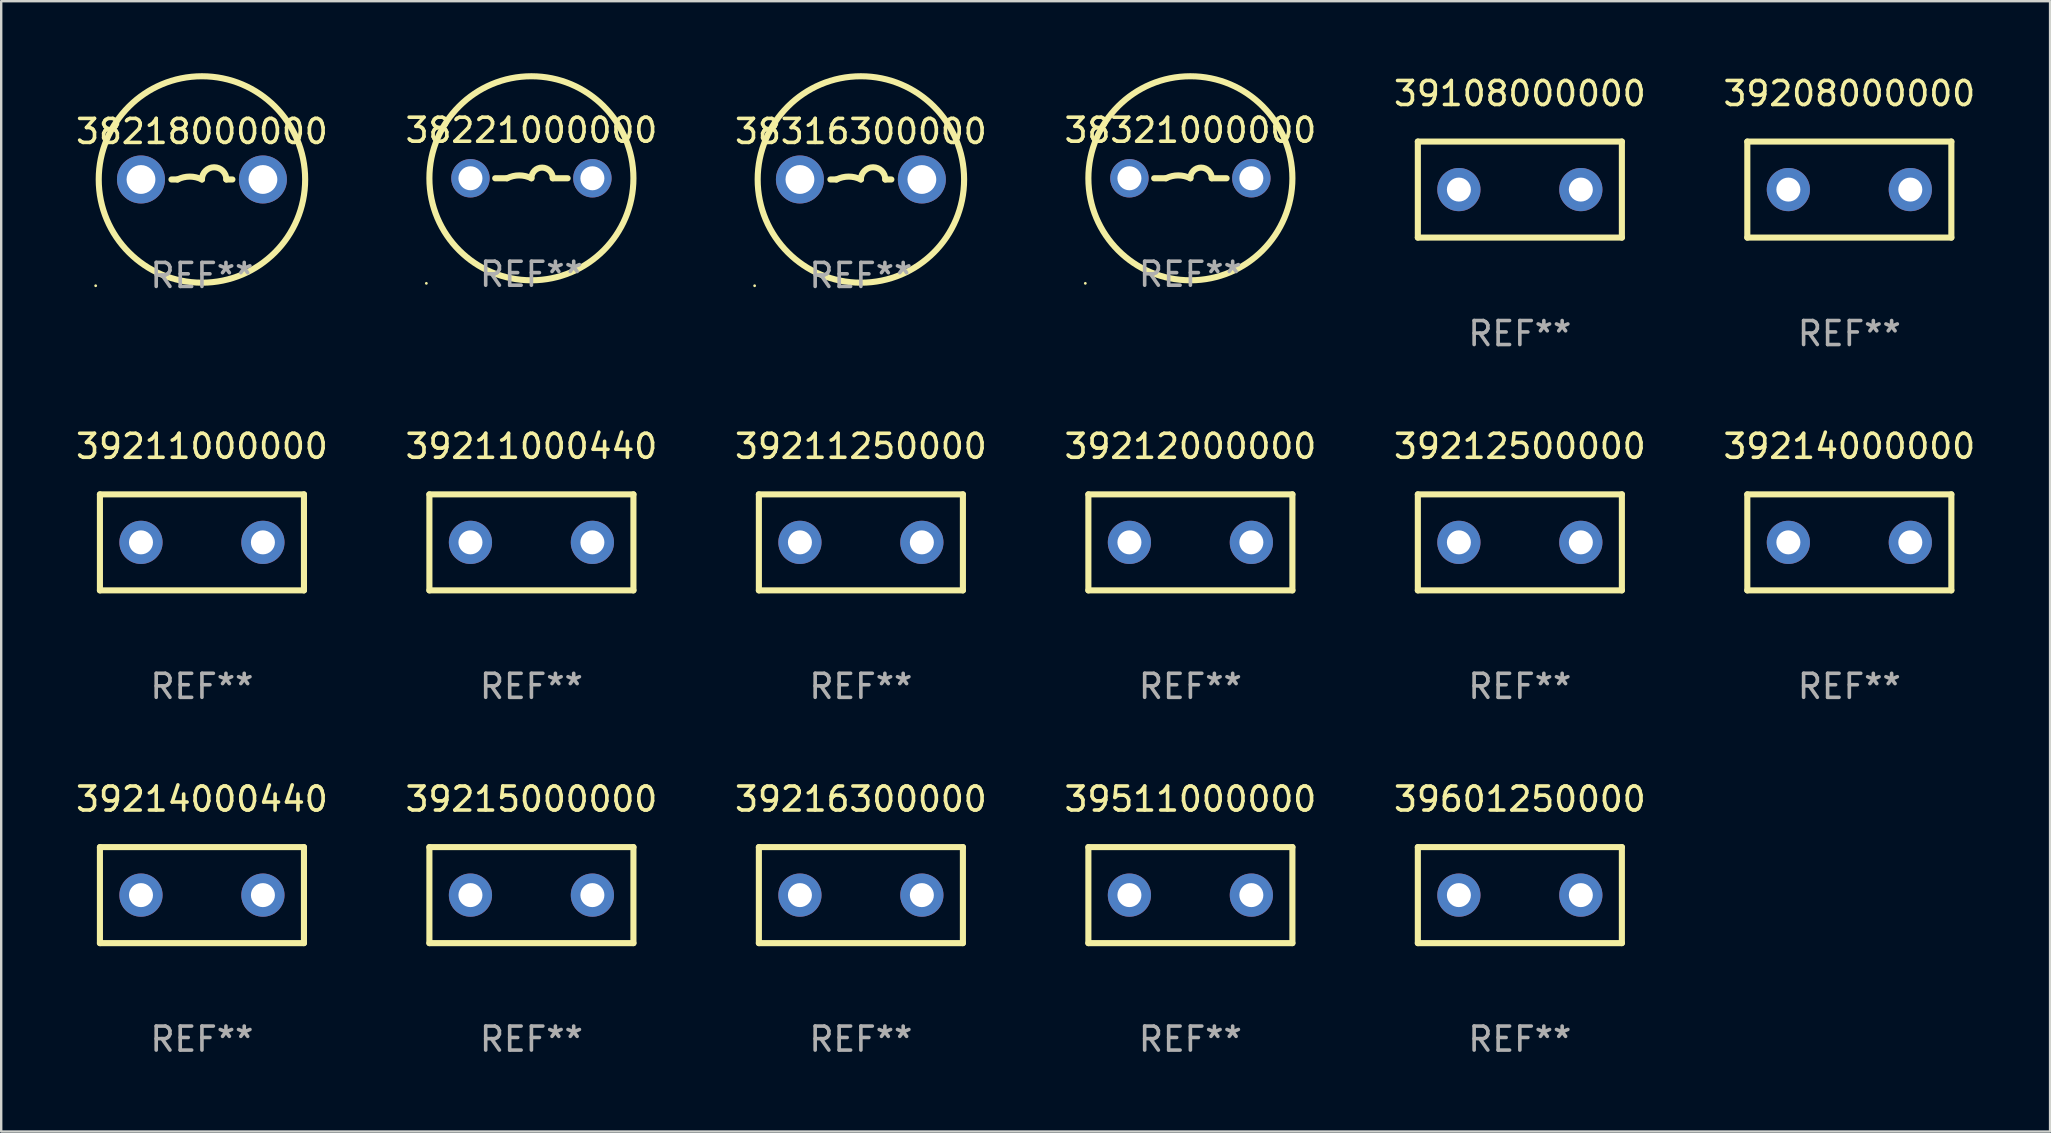
<source format=kicad_pcb>
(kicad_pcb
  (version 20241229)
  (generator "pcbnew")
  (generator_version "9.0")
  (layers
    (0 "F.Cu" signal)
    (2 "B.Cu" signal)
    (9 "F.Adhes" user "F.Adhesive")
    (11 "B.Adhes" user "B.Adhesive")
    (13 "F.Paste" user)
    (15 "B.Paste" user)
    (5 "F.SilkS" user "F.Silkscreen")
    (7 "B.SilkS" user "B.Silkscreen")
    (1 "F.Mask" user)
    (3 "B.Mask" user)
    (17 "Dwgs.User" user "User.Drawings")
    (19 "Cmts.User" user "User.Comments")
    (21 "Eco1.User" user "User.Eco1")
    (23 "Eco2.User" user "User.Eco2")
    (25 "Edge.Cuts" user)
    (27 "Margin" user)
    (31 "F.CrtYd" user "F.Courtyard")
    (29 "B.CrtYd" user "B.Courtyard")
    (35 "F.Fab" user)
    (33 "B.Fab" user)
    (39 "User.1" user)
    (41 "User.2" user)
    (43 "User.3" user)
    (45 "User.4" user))
  (footprint "39212500000"
    (layer "F.Cu")
    (at 60.268 19.545)
    (property "Reference" "39212500000" (at 0 -4 0) (layer "F.SilkS") (effects (font (size 1 1) (thickness 0.15))))
    (attr through_hole)
    (fp_line (start -4.25 2) (end -4.25 -2) (stroke (width 0.254) (type solid)) (layer "F.SilkS"))
    (fp_line (start -4.25 -2) (end 4.25 -2) (stroke (width 0.254) (type solid)) (layer "F.SilkS"))
    (fp_line (start 4.25 2) (end -4.25 2) (stroke (width 0.254) (type solid)) (layer "F.SilkS"))
    (fp_line (start 4.25 -2) (end 4.25 2) (stroke (width 0.254) (type solid)) (layer "F.SilkS"))
    (fp_circle (center -4.25 2) (end -4.22 2) (stroke (width 0.06) (type solid)) (fill no) (layer "F.SilkS"))
    (fp_text user "REF**" (at 0 6 0) (layer "F.Fab") (effects (font (size 1 1) (thickness 0.15))))
    (pad "1" thru_hole circle (at -2.54 0) (size 1.8 1.8) (drill 1) (layers "*.Cu" "*.Mask"))
    (pad "2" thru_hole circle (at 2.54 0) (size 1.8 1.8) (drill 1) (layers "*.Cu" "*.Mask")))
  (footprint "38218000000"
    (layer "F.Cu")
    (at 5.363 4.427)
    (property "Reference" "38218000000" (at 0 -2 0) (layer "F.SilkS") (effects (font (size 1 1) (thickness 0.15))))
    (attr through_hole)
    (fp_line (start -1.016 0) (end -1.27 0) (stroke (width 0.254) (type solid)) (layer "F.SilkS"))
    (fp_line (start 1.016 0) (end 1.27 0) (stroke (width 0.254) (type solid)) (layer "F.SilkS"))
    (fp_arc (start -1.016002 0) (mid -0.508001 -0.119923) (end 0 0) (stroke (width 0.254001) (type solid)) (layer "F.SilkS"))
    (fp_arc (start 0 0) (mid 0.508001 -0.508001) (end 1.016002 0) (stroke (width 0.254001) (type solid)) (layer "F.SilkS"))
    (fp_circle (center -4.427 4.427) (end -4.397 4.427) (stroke (width 0.06) (type solid)) (fill no) (layer "F.SilkS"))
    (fp_circle (center 0 0) (end 4.3 0) (stroke (width 0.254) (type solid)) (fill no) (layer "F.SilkS"))
    (fp_text user "REF**" (at 0 4 0) (layer "F.Fab") (effects (font (size 1 1) (thickness 0.15))))
    (pad "1" thru_hole circle (at -2.54 0) (size 2 2) (drill 1.2) (layers "*.Cu" "*.Mask"))
    (pad "2" thru_hole circle (at 2.54 0) (size 2 2) (drill 1.2) (layers "*.Cu" "*.Mask")))
  (footprint "39511000000"
    (layer "F.Cu")
    (at 46.542 34.241)
    (property "Reference" "39511000000" (at 0 -4 0) (layer "F.SilkS") (effects (font (size 1 1) (thickness 0.15))))
    (attr through_hole)
    (fp_line (start -4.25 2) (end -4.25 -2) (stroke (width 0.254) (type solid)) (layer "F.SilkS"))
    (fp_line (start -4.25 -2) (end 4.25 -2) (stroke (width 0.254) (type solid)) (layer "F.SilkS"))
    (fp_line (start 4.25 2) (end -4.25 2) (stroke (width 0.254) (type solid)) (layer "F.SilkS"))
    (fp_line (start 4.25 -2) (end 4.25 2) (stroke (width 0.254) (type solid)) (layer "F.SilkS"))
    (fp_circle (center -4.25 2) (end -4.22 2) (stroke (width 0.06) (type solid)) (fill no) (layer "F.SilkS"))
    (fp_text user "REF**" (at 0 6 0) (layer "F.Fab") (effects (font (size 1 1) (thickness 0.15))))
    (pad "1" thru_hole circle (at -2.54 0) (size 1.8 1.8) (drill 1) (layers "*.Cu" "*.Mask"))
    (pad "2" thru_hole circle (at 2.54 0) (size 1.8 1.8) (drill 1) (layers "*.Cu" "*.Mask")))
  (footprint "39208000000"
    (layer "F.Cu")
    (at 73.994 4.848)
    (property "Reference" "39208000000" (at 0 -4 0) (layer "F.SilkS") (effects (font (size 1 1) (thickness 0.15))))
    (attr through_hole)
    (fp_line (start -4.25 2) (end -4.25 -2) (stroke (width 0.254) (type solid)) (layer "F.SilkS"))
    (fp_line (start -4.25 -2) (end 4.25 -2) (stroke (width 0.254) (type solid)) (layer "F.SilkS"))
    (fp_line (start 4.25 2) (end -4.25 2) (stroke (width 0.254) (type solid)) (layer "F.SilkS"))
    (fp_line (start 4.25 -2) (end 4.25 2) (stroke (width 0.254) (type solid)) (layer "F.SilkS"))
    (fp_circle (center -4.25 2) (end -4.22 2) (stroke (width 0.06) (type solid)) (fill no) (layer "F.SilkS"))
    (fp_text user "REF**" (at 0 6 0) (layer "F.Fab") (effects (font (size 1 1) (thickness 0.15))))
    (pad "1" thru_hole circle (at -2.54 0) (size 1.8 1.8) (drill 1) (layers "*.Cu" "*.Mask"))
    (pad "2" thru_hole circle (at 2.54 0) (size 1.8 1.8) (drill 1) (layers "*.Cu" "*.Mask")))
  (footprint "38221000000"
    (layer "F.Cu")
    (at 19.089 4.377)
    (property "Reference" "38221000000" (at 0 -2 0) (layer "F.SilkS") (effects (font (size 1 1) (thickness 0.15))))
    (attr through_hole)
    (fp_line (start -1.509 0) (end -1.016 0) (stroke (width 0.254) (type solid)) (layer "F.SilkS"))
    (fp_line (start 1.509 0) (end 0.889 0) (stroke (width 0.254) (type solid)) (layer "F.SilkS"))
    (fp_arc (start -1.016002 0) (mid -0.508001 -0.119923) (end 0 0) (stroke (width 0.254001) (type solid)) (layer "F.SilkS"))
    (fp_arc (start 0 0) (mid 0.444501 -0.444501) (end 0.889002 0) (stroke (width 0.254001) (type solid)) (layer "F.SilkS"))
    (fp_circle (center -4.377 4.377) (end -4.347 4.377) (stroke (width 0.06) (type solid)) (fill no) (layer "F.SilkS"))
    (fp_circle (center 0 0) (end 4.25 0) (stroke (width 0.254) (type solid)) (fill no) (layer "F.SilkS"))
    (fp_text user "REF**" (at 0 4 0) (layer "F.Fab") (effects (font (size 1 1) (thickness 0.15))))
    (pad "1" thru_hole circle (at -2.54 0) (size 1.6 1.6) (drill 1) (layers "*.Cu" "*.Mask"))
    (pad "2" thru_hole circle (at 2.54 0) (size 1.6 1.6) (drill 1) (layers "*.Cu" "*.Mask")))
  (footprint "39215000000"
    (layer "F.Cu")
    (at 19.089 34.241)
    (property "Reference" "39215000000" (at 0 -4 0) (layer "F.SilkS") (effects (font (size 1 1) (thickness 0.15))))
    (attr through_hole)
    (fp_line (start -4.25 2) (end -4.25 -2) (stroke (width 0.254) (type solid)) (layer "F.SilkS"))
    (fp_line (start -4.25 -2) (end 4.25 -2) (stroke (width 0.254) (type solid)) (layer "F.SilkS"))
    (fp_line (start 4.25 2) (end -4.25 2) (stroke (width 0.254) (type solid)) (layer "F.SilkS"))
    (fp_line (start 4.25 -2) (end 4.25 2) (stroke (width 0.254) (type solid)) (layer "F.SilkS"))
    (fp_circle (center -4.25 2) (end -4.22 2) (stroke (width 0.06) (type solid)) (fill no) (layer "F.SilkS"))
    (fp_text user "REF**" (at 0 6 0) (layer "F.Fab") (effects (font (size 1 1) (thickness 0.15))))
    (pad "1" thru_hole circle (at -2.54 0) (size 1.8 1.8) (drill 1) (layers "*.Cu" "*.Mask"))
    (pad "2" thru_hole circle (at 2.54 0) (size 1.8 1.8) (drill 1) (layers "*.Cu" "*.Mask")))
  (footprint "38316300000"
    (layer "F.Cu")
    (at 32.815 4.427)
    (property "Reference" "38316300000" (at 0 -2 0) (layer "F.SilkS") (effects (font (size 1 1) (thickness 0.15))))
    (attr through_hole)
    (fp_line (start -1.016 0) (end -1.27 0) (stroke (width 0.254) (type solid)) (layer "F.SilkS"))
    (fp_line (start 1.016 0) (end 1.27 0) (stroke (width 0.254) (type solid)) (layer "F.SilkS"))
    (fp_arc (start -1.016002 0) (mid -0.508001 -0.119923) (end 0 0) (stroke (width 0.254001) (type solid)) (layer "F.SilkS"))
    (fp_arc (start 0 0) (mid 0.508001 -0.508001) (end 1.016002 0) (stroke (width 0.254001) (type solid)) (layer "F.SilkS"))
    (fp_circle (center -4.427 4.427) (end -4.397 4.427) (stroke (width 0.06) (type solid)) (fill no) (layer "F.SilkS"))
    (fp_circle (center 0 0) (end 4.3 0) (stroke (width 0.254) (type solid)) (fill no) (layer "F.SilkS"))
    (fp_text user "REF**" (at 0 4 0) (layer "F.Fab") (effects (font (size 1 1) (thickness 0.15))))
    (pad "1" thru_hole circle (at -2.54 0) (size 2 2) (drill 1.2) (layers "*.Cu" "*.Mask"))
    (pad "2" thru_hole circle (at 2.54 0) (size 2 2) (drill 1.2) (layers "*.Cu" "*.Mask")))
  (footprint "39108000000"
    (layer "F.Cu")
    (at 60.268 4.848)
    (property "Reference" "39108000000" (at 0 -4 0) (layer "F.SilkS") (effects (font (size 1 1) (thickness 0.15))))
    (attr through_hole)
    (fp_line (start -4.25 2) (end -4.25 -2) (stroke (width 0.254) (type solid)) (layer "F.SilkS"))
    (fp_line (start -4.25 -2) (end 4.25 -2) (stroke (width 0.254) (type solid)) (layer "F.SilkS"))
    (fp_line (start 4.25 2) (end -4.25 2) (stroke (width 0.254) (type solid)) (layer "F.SilkS"))
    (fp_line (start 4.25 -2) (end 4.25 2) (stroke (width 0.254) (type solid)) (layer "F.SilkS"))
    (fp_circle (center -4.25 2) (end -4.22 2) (stroke (width 0.06) (type solid)) (fill no) (layer "F.SilkS"))
    (fp_text user "REF**" (at 0 6 0) (layer "F.Fab") (effects (font (size 1 1) (thickness 0.15))))
    (pad "1" thru_hole circle (at -2.54 0) (size 1.8 1.8) (drill 1) (layers "*.Cu" "*.Mask"))
    (pad "2" thru_hole circle (at 2.54 0) (size 1.8 1.8) (drill 1) (layers "*.Cu" "*.Mask")))
  (footprint "39211250000"
    (layer "F.Cu")
    (at 32.815 19.545)
    (property "Reference" "39211250000" (at 0 -4 0) (layer "F.SilkS") (effects (font (size 1 1) (thickness 0.15))))
    (attr through_hole)
    (fp_line (start -4.25 2) (end -4.25 -2) (stroke (width 0.254) (type solid)) (layer "F.SilkS"))
    (fp_line (start -4.25 -2) (end 4.25 -2) (stroke (width 0.254) (type solid)) (layer "F.SilkS"))
    (fp_line (start 4.25 2) (end -4.25 2) (stroke (width 0.254) (type solid)) (layer "F.SilkS"))
    (fp_line (start 4.25 -2) (end 4.25 2) (stroke (width 0.254) (type solid)) (layer "F.SilkS"))
    (fp_circle (center -4.25 2) (end -4.22 2) (stroke (width 0.06) (type solid)) (fill no) (layer "F.SilkS"))
    (fp_text user "REF**" (at 0 6 0) (layer "F.Fab") (effects (font (size 1 1) (thickness 0.15))))
    (pad "1" thru_hole circle (at -2.54 0) (size 1.8 1.8) (drill 1) (layers "*.Cu" "*.Mask"))
    (pad "2" thru_hole circle (at 2.54 0) (size 1.8 1.8) (drill 1) (layers "*.Cu" "*.Mask")))
  (footprint "39214000000"
    (layer "F.Cu")
    (at 73.994 19.545)
    (property "Reference" "39214000000" (at 0 -4 0) (layer "F.SilkS") (effects (font (size 1 1) (thickness 0.15))))
    (attr through_hole)
    (fp_line (start -4.25 2) (end -4.25 -2) (stroke (width 0.254) (type solid)) (layer "F.SilkS"))
    (fp_line (start -4.25 -2) (end 4.25 -2) (stroke (width 0.254) (type solid)) (layer "F.SilkS"))
    (fp_line (start 4.25 2) (end -4.25 2) (stroke (width 0.254) (type solid)) (layer "F.SilkS"))
    (fp_line (start 4.25 -2) (end 4.25 2) (stroke (width 0.254) (type solid)) (layer "F.SilkS"))
    (fp_circle (center -4.25 2) (end -4.22 2) (stroke (width 0.06) (type solid)) (fill no) (layer "F.SilkS"))
    (fp_text user "REF**" (at 0 6 0) (layer "F.Fab") (effects (font (size 1 1) (thickness 0.15))))
    (pad "1" thru_hole circle (at -2.54 0) (size 1.8 1.8) (drill 1) (layers "*.Cu" "*.Mask"))
    (pad "2" thru_hole circle (at 2.54 0) (size 1.8 1.8) (drill 1) (layers "*.Cu" "*.Mask")))
  (footprint "39211000000"
    (layer "F.Cu")
    (at 5.363 19.545)
    (property "Reference" "39211000000" (at 0 -4 0) (layer "F.SilkS") (effects (font (size 1 1) (thickness 0.15))))
    (attr through_hole)
    (fp_line (start -4.25 2) (end -4.25 -2) (stroke (width 0.254) (type solid)) (layer "F.SilkS"))
    (fp_line (start -4.25 -2) (end 4.25 -2) (stroke (width 0.254) (type solid)) (layer "F.SilkS"))
    (fp_line (start 4.25 2) (end -4.25 2) (stroke (width 0.254) (type solid)) (layer "F.SilkS"))
    (fp_line (start 4.25 -2) (end 4.25 2) (stroke (width 0.254) (type solid)) (layer "F.SilkS"))
    (fp_circle (center -4.25 2) (end -4.22 2) (stroke (width 0.06) (type solid)) (fill no) (layer "F.SilkS"))
    (fp_text user "REF**" (at 0 6 0) (layer "F.Fab") (effects (font (size 1 1) (thickness 0.15))))
    (pad "1" thru_hole circle (at -2.54 0) (size 1.8 1.8) (drill 1) (layers "*.Cu" "*.Mask"))
    (pad "2" thru_hole circle (at 2.54 0) (size 1.8 1.8) (drill 1) (layers "*.Cu" "*.Mask")))
  (footprint "39212000000"
    (layer "F.Cu")
    (at 46.542 19.545)
    (property "Reference" "39212000000" (at 0 -4 0) (layer "F.SilkS") (effects (font (size 1 1) (thickness 0.15))))
    (attr through_hole)
    (fp_line (start -4.25 2) (end -4.25 -2) (stroke (width 0.254) (type solid)) (layer "F.SilkS"))
    (fp_line (start -4.25 -2) (end 4.25 -2) (stroke (width 0.254) (type solid)) (layer "F.SilkS"))
    (fp_line (start 4.25 2) (end -4.25 2) (stroke (width 0.254) (type solid)) (layer "F.SilkS"))
    (fp_line (start 4.25 -2) (end 4.25 2) (stroke (width 0.254) (type solid)) (layer "F.SilkS"))
    (fp_circle (center -4.25 2) (end -4.22 2) (stroke (width 0.06) (type solid)) (fill no) (layer "F.SilkS"))
    (fp_text user "REF**" (at 0 6 0) (layer "F.Fab") (effects (font (size 1 1) (thickness 0.15))))
    (pad "1" thru_hole circle (at -2.54 0) (size 1.8 1.8) (drill 1) (layers "*.Cu" "*.Mask"))
    (pad "2" thru_hole circle (at 2.54 0) (size 1.8 1.8) (drill 1) (layers "*.Cu" "*.Mask")))
  (footprint "39601250000"
    (layer "F.Cu")
    (at 60.268 34.241)
    (property "Reference" "39601250000" (at 0 -4 0) (layer "F.SilkS") (effects (font (size 1 1) (thickness 0.15))))
    (attr through_hole)
    (fp_line (start -4.25 2) (end -4.25 -2) (stroke (width 0.254) (type solid)) (layer "F.SilkS"))
    (fp_line (start -4.25 -2) (end 4.25 -2) (stroke (width 0.254) (type solid)) (layer "F.SilkS"))
    (fp_line (start 4.25 2) (end -4.25 2) (stroke (width 0.254) (type solid)) (layer "F.SilkS"))
    (fp_line (start 4.25 -2) (end 4.25 2) (stroke (width 0.254) (type solid)) (layer "F.SilkS"))
    (fp_circle (center -4.25 2) (end -4.22 2) (stroke (width 0.06) (type solid)) (fill no) (layer "F.SilkS"))
    (fp_text user "REF**" (at 0 6 0) (layer "F.Fab") (effects (font (size 1 1) (thickness 0.15))))
    (pad "1" thru_hole circle (at -2.54 0) (size 1.8 1.8) (drill 1) (layers "*.Cu" "*.Mask"))
    (pad "2" thru_hole circle (at 2.54 0) (size 1.8 1.8) (drill 1) (layers "*.Cu" "*.Mask")))
  (footprint "39216300000"
    (layer "F.Cu")
    (at 32.815 34.241)
    (property "Reference" "39216300000" (at 0 -4 0) (layer "F.SilkS") (effects (font (size 1 1) (thickness 0.15))))
    (attr through_hole)
    (fp_line (start -4.25 2) (end -4.25 -2) (stroke (width 0.254) (type solid)) (layer "F.SilkS"))
    (fp_line (start -4.25 -2) (end 4.25 -2) (stroke (width 0.254) (type solid)) (layer "F.SilkS"))
    (fp_line (start 4.25 2) (end -4.25 2) (stroke (width 0.254) (type solid)) (layer "F.SilkS"))
    (fp_line (start 4.25 -2) (end 4.25 2) (stroke (width 0.254) (type solid)) (layer "F.SilkS"))
    (fp_circle (center -4.25 2) (end -4.22 2) (stroke (width 0.06) (type solid)) (fill no) (layer "F.SilkS"))
    (fp_text user "REF**" (at 0 6 0) (layer "F.Fab") (effects (font (size 1 1) (thickness 0.15))))
    (pad "1" thru_hole circle (at -2.54 0) (size 1.8 1.8) (drill 1) (layers "*.Cu" "*.Mask"))
    (pad "2" thru_hole circle (at 2.54 0) (size 1.8 1.8) (drill 1) (layers "*.Cu" "*.Mask")))
  (footprint "38321000000"
    (layer "F.Cu")
    (at 46.542 4.377)
    (property "Reference" "38321000000" (at 0 -2 0) (layer "F.SilkS") (effects (font (size 1 1) (thickness 0.15))))
    (attr through_hole)
    (fp_line (start -1.509 0) (end -1.016 0) (stroke (width 0.254) (type solid)) (layer "F.SilkS"))
    (fp_line (start 1.509 0) (end 0.889 0) (stroke (width 0.254) (type solid)) (layer "F.SilkS"))
    (fp_arc (start -1.016002 0) (mid -0.508001 -0.119923) (end 0 0) (stroke (width 0.254001) (type solid)) (layer "F.SilkS"))
    (fp_arc (start 0 0) (mid 0.444501 -0.444501) (end 0.889002 0) (stroke (width 0.254001) (type solid)) (layer "F.SilkS"))
    (fp_circle (center -4.377 4.377) (end -4.347 4.377) (stroke (width 0.06) (type solid)) (fill no) (layer "F.SilkS"))
    (fp_circle (center 0 0) (end 4.25 0) (stroke (width 0.254) (type solid)) (fill no) (layer "F.SilkS"))
    (fp_text user "REF**" (at 0 4 0) (layer "F.Fab") (effects (font (size 1 1) (thickness 0.15))))
    (pad "1" thru_hole circle (at -2.54 0) (size 1.6 1.6) (drill 1) (layers "*.Cu" "*.Mask"))
    (pad "2" thru_hole circle (at 2.54 0) (size 1.6 1.6) (drill 1) (layers "*.Cu" "*.Mask")))
  (footprint "39214000440"
    (layer "F.Cu")
    (at 5.363 34.241)
    (property "Reference" "39214000440" (at 0 -4 0) (layer "F.SilkS") (effects (font (size 1 1) (thickness 0.15))))
    (attr through_hole)
    (fp_line (start -4.25 2) (end -4.25 -2) (stroke (width 0.254) (type solid)) (layer "F.SilkS"))
    (fp_line (start -4.25 -2) (end 4.25 -2) (stroke (width 0.254) (type solid)) (layer "F.SilkS"))
    (fp_line (start 4.25 2) (end -4.25 2) (stroke (width 0.254) (type solid)) (layer "F.SilkS"))
    (fp_line (start 4.25 -2) (end 4.25 2) (stroke (width 0.254) (type solid)) (layer "F.SilkS"))
    (fp_circle (center -4.25 2) (end -4.22 2) (stroke (width 0.06) (type solid)) (fill no) (layer "F.SilkS"))
    (fp_text user "REF**" (at 0 6 0) (layer "F.Fab") (effects (font (size 1 1) (thickness 0.15))))
    (pad "1" thru_hole circle (at -2.54 0) (size 1.8 1.8) (drill 1) (layers "*.Cu" "*.Mask"))
    (pad "2" thru_hole circle (at 2.54 0) (size 1.8 1.8) (drill 1) (layers "*.Cu" "*.Mask")))
  (footprint "39211000440"
    (layer "F.Cu")
    (at 19.089 19.545)
    (property "Reference" "39211000440" (at 0 -4 0) (layer "F.SilkS") (effects (font (size 1 1) (thickness 0.15))))
    (attr through_hole)
    (fp_line (start -4.25 2) (end -4.25 -2) (stroke (width 0.254) (type solid)) (layer "F.SilkS"))
    (fp_line (start -4.25 -2) (end 4.25 -2) (stroke (width 0.254) (type solid)) (layer "F.SilkS"))
    (fp_line (start 4.25 2) (end -4.25 2) (stroke (width 0.254) (type solid)) (layer "F.SilkS"))
    (fp_line (start 4.25 -2) (end 4.25 2) (stroke (width 0.254) (type solid)) (layer "F.SilkS"))
    (fp_circle (center -4.25 2) (end -4.22 2) (stroke (width 0.06) (type solid)) (fill no) (layer "F.SilkS"))
    (fp_text user "REF**" (at 0 6 0) (layer "F.Fab") (effects (font (size 1 1) (thickness 0.15))))
    (pad "1" thru_hole circle (at -2.54 0) (size 1.8 1.8) (drill 1) (layers "*.Cu" "*.Mask"))
    (pad "2" thru_hole circle (at 2.54 0) (size 1.8 1.8) (drill 1) (layers "*.Cu" "*.Mask")))
  (gr_rect
    (start -3 -3)
    (end 82.357 44.09)
    (stroke (width 0.1) (type default))
    (fill no)
    (layer "Edge.Cuts")))
</source>
